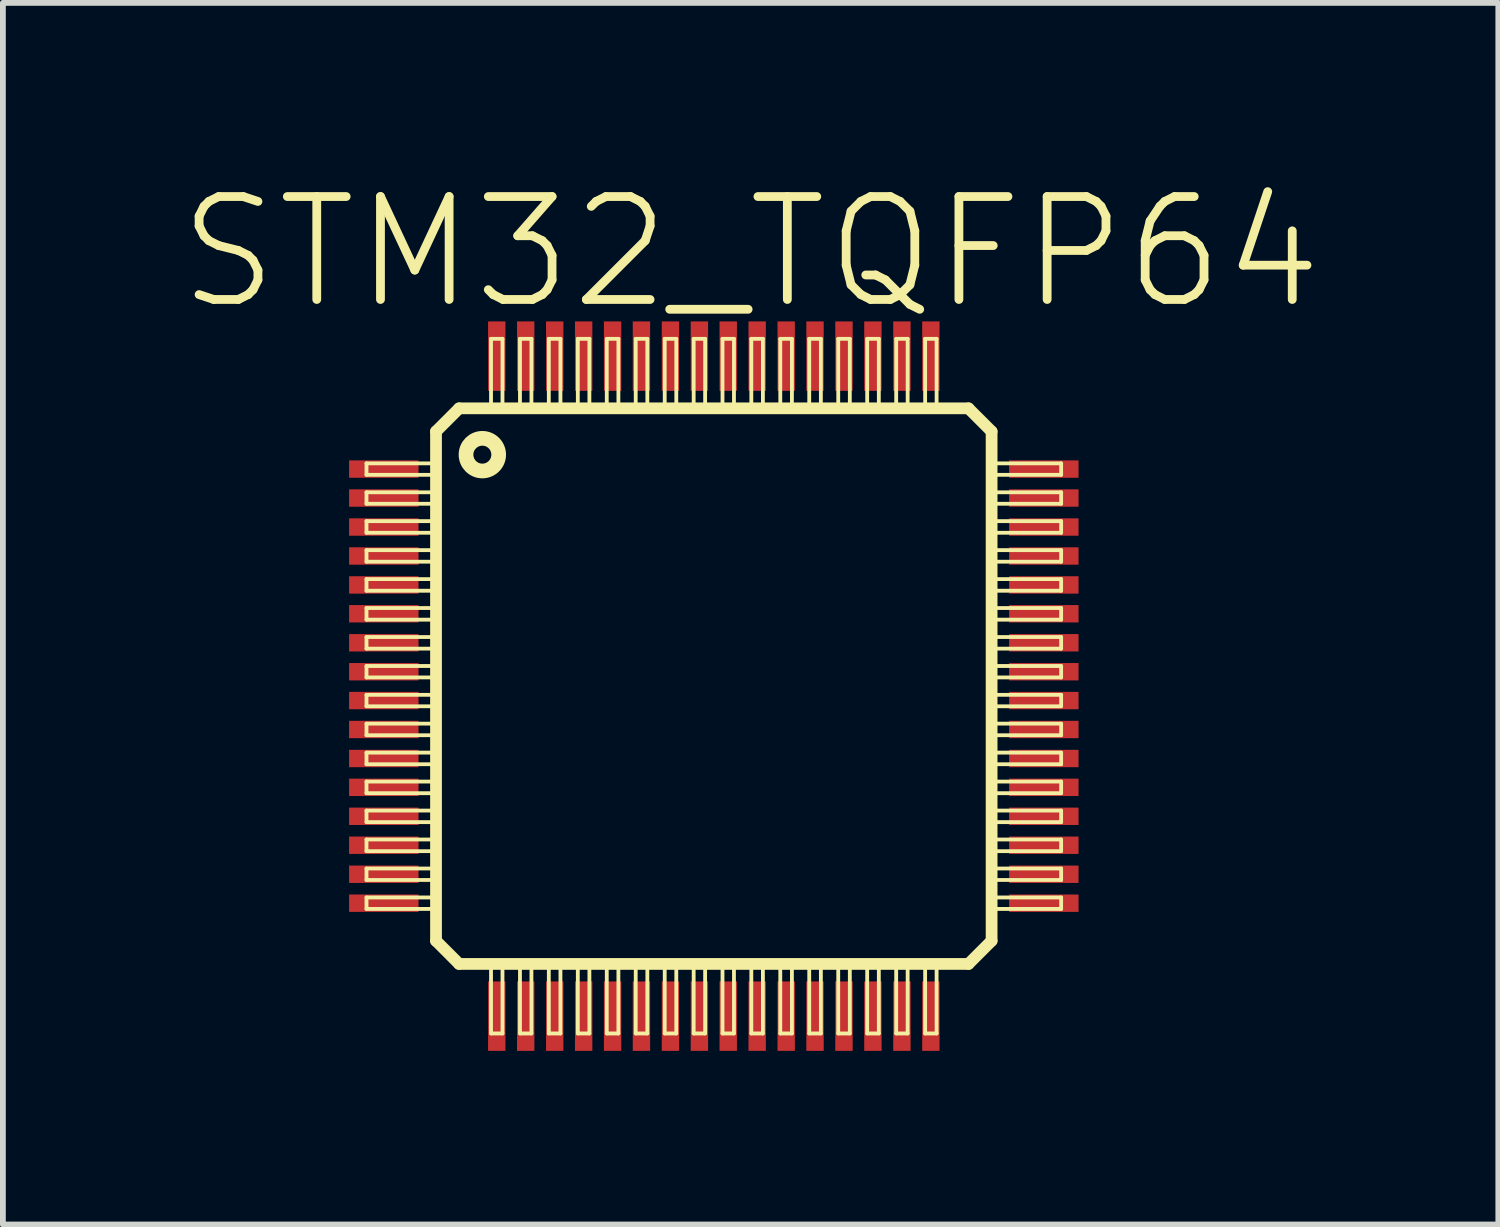
<source format=kicad_pcb>
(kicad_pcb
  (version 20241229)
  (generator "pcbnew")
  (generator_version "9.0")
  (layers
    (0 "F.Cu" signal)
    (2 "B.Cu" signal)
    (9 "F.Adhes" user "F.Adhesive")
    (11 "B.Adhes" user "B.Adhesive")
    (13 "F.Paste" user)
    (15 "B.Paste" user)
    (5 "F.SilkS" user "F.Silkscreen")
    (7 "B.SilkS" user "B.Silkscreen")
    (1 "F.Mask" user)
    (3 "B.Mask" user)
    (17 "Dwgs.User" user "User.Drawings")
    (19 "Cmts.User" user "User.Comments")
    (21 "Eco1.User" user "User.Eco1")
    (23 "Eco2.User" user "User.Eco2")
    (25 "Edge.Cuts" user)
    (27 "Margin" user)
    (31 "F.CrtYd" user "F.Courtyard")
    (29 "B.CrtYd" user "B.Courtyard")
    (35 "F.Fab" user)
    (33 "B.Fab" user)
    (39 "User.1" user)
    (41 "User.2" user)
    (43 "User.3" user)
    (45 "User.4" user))
  (footprint "STM32_TQFP64"
    (layer "F.Cu")
    (at 9.279 8.801)
    (property "Reference" "STM32_TQFP64" (at 0.635 -7.493 0) (layer "F.SilkS") (effects (font (size 1.778 1.778) (thickness 0.152))))
    (attr smd)
    (fp_line (start -5.999 -3.848) (end -4.798 -3.848) (stroke (width 0.066) (type solid)) (layer "F.SilkS"))
    (fp_line (start -5.999 -3.65) (end -5.999 -3.848) (stroke (width 0.066) (type solid)) (layer "F.SilkS"))
    (fp_line (start -5.999 -3.65) (end -4.798 -3.65) (stroke (width 0.066) (type solid)) (layer "F.SilkS"))
    (fp_line (start -5.999 -3.348) (end -4.798 -3.348) (stroke (width 0.066) (type solid)) (layer "F.SilkS"))
    (fp_line (start -5.999 -3.15) (end -5.999 -3.348) (stroke (width 0.066) (type solid)) (layer "F.SilkS"))
    (fp_line (start -5.999 -3.15) (end -4.798 -3.15) (stroke (width 0.066) (type solid)) (layer "F.SilkS"))
    (fp_line (start -5.999 -2.85) (end -4.798 -2.85) (stroke (width 0.066) (type solid)) (layer "F.SilkS"))
    (fp_line (start -5.999 -2.649) (end -5.999 -2.85) (stroke (width 0.066) (type solid)) (layer "F.SilkS"))
    (fp_line (start -5.999 -2.649) (end -4.798 -2.649) (stroke (width 0.066) (type solid)) (layer "F.SilkS"))
    (fp_line (start -5.999 -2.349) (end -4.798 -2.349) (stroke (width 0.066) (type solid)) (layer "F.SilkS"))
    (fp_line (start -5.999 -2.149) (end -5.999 -2.349) (stroke (width 0.066) (type solid)) (layer "F.SilkS"))
    (fp_line (start -5.999 -2.149) (end -4.798 -2.149) (stroke (width 0.066) (type solid)) (layer "F.SilkS"))
    (fp_line (start -5.999 -1.849) (end -4.798 -1.849) (stroke (width 0.066) (type solid)) (layer "F.SilkS"))
    (fp_line (start -5.999 -1.648) (end -5.999 -1.849) (stroke (width 0.066) (type solid)) (layer "F.SilkS"))
    (fp_line (start -5.999 -1.648) (end -4.798 -1.648) (stroke (width 0.066) (type solid)) (layer "F.SilkS"))
    (fp_line (start -5.999 -1.349) (end -4.798 -1.349) (stroke (width 0.066) (type solid)) (layer "F.SilkS"))
    (fp_line (start -5.999 -1.148) (end -5.999 -1.349) (stroke (width 0.066) (type solid)) (layer "F.SilkS"))
    (fp_line (start -5.999 -1.148) (end -4.798 -1.148) (stroke (width 0.066) (type solid)) (layer "F.SilkS"))
    (fp_line (start -5.999 -0.848) (end -4.798 -0.848) (stroke (width 0.066) (type solid)) (layer "F.SilkS"))
    (fp_line (start -5.999 -0.648) (end -5.999 -0.848) (stroke (width 0.066) (type solid)) (layer "F.SilkS"))
    (fp_line (start -5.999 -0.648) (end -4.798 -0.648) (stroke (width 0.066) (type solid)) (layer "F.SilkS"))
    (fp_line (start -5.999 -0.348) (end -4.798 -0.348) (stroke (width 0.066) (type solid)) (layer "F.SilkS"))
    (fp_line (start -5.999 -0.15) (end -5.999 -0.348) (stroke (width 0.066) (type solid)) (layer "F.SilkS"))
    (fp_line (start -5.999 -0.15) (end -4.798 -0.15) (stroke (width 0.066) (type solid)) (layer "F.SilkS"))
    (fp_line (start -5.999 0.15) (end -4.798 0.15) (stroke (width 0.066) (type solid)) (layer "F.SilkS"))
    (fp_line (start -5.999 0.348) (end -5.999 0.15) (stroke (width 0.066) (type solid)) (layer "F.SilkS"))
    (fp_line (start -5.999 0.348) (end -4.798 0.348) (stroke (width 0.066) (type solid)) (layer "F.SilkS"))
    (fp_line (start -5.999 0.648) (end -4.798 0.648) (stroke (width 0.066) (type solid)) (layer "F.SilkS"))
    (fp_line (start -5.999 0.848) (end -5.999 0.648) (stroke (width 0.066) (type solid)) (layer "F.SilkS"))
    (fp_line (start -5.999 0.848) (end -4.798 0.848) (stroke (width 0.066) (type solid)) (layer "F.SilkS"))
    (fp_line (start -5.999 1.148) (end -4.798 1.148) (stroke (width 0.066) (type solid)) (layer "F.SilkS"))
    (fp_line (start -5.999 1.349) (end -5.999 1.148) (stroke (width 0.066) (type solid)) (layer "F.SilkS"))
    (fp_line (start -5.999 1.349) (end -4.798 1.349) (stroke (width 0.066) (type solid)) (layer "F.SilkS"))
    (fp_line (start -5.999 1.648) (end -4.798 1.648) (stroke (width 0.066) (type solid)) (layer "F.SilkS"))
    (fp_line (start -5.999 1.849) (end -5.999 1.648) (stroke (width 0.066) (type solid)) (layer "F.SilkS"))
    (fp_line (start -5.999 1.849) (end -4.798 1.849) (stroke (width 0.066) (type solid)) (layer "F.SilkS"))
    (fp_line (start -5.999 2.149) (end -4.798 2.149) (stroke (width 0.066) (type solid)) (layer "F.SilkS"))
    (fp_line (start -5.999 2.349) (end -5.999 2.149) (stroke (width 0.066) (type solid)) (layer "F.SilkS"))
    (fp_line (start -5.999 2.349) (end -4.798 2.349) (stroke (width 0.066) (type solid)) (layer "F.SilkS"))
    (fp_line (start -5.999 2.649) (end -4.798 2.649) (stroke (width 0.066) (type solid)) (layer "F.SilkS"))
    (fp_line (start -5.999 2.85) (end -5.999 2.649) (stroke (width 0.066) (type solid)) (layer "F.SilkS"))
    (fp_line (start -5.999 2.85) (end -4.798 2.85) (stroke (width 0.066) (type solid)) (layer "F.SilkS"))
    (fp_line (start -5.999 3.15) (end -4.798 3.15) (stroke (width 0.066) (type solid)) (layer "F.SilkS"))
    (fp_line (start -5.999 3.348) (end -5.999 3.15) (stroke (width 0.066) (type solid)) (layer "F.SilkS"))
    (fp_line (start -5.999 3.348) (end -4.798 3.348) (stroke (width 0.066) (type solid)) (layer "F.SilkS"))
    (fp_line (start -5.999 3.65) (end -4.798 3.65) (stroke (width 0.066) (type solid)) (layer "F.SilkS"))
    (fp_line (start -5.999 3.848) (end -5.999 3.65) (stroke (width 0.066) (type solid)) (layer "F.SilkS"))
    (fp_line (start -5.999 3.848) (end -4.798 3.848) (stroke (width 0.066) (type solid)) (layer "F.SilkS"))
    (fp_line (start -4.798 -4.399) (end -4.399 -4.798) (stroke (width 0.203) (type solid)) (layer "F.SilkS"))
    (fp_line (start -4.798 -3.65) (end -4.798 -3.848) (stroke (width 0.066) (type solid)) (layer "F.SilkS"))
    (fp_line (start -4.798 -3.15) (end -4.798 -3.348) (stroke (width 0.066) (type solid)) (layer "F.SilkS"))
    (fp_line (start -4.798 -2.649) (end -4.798 -2.85) (stroke (width 0.066) (type solid)) (layer "F.SilkS"))
    (fp_line (start -4.798 -2.149) (end -4.798 -2.349) (stroke (width 0.066) (type solid)) (layer "F.SilkS"))
    (fp_line (start -4.798 -1.648) (end -4.798 -1.849) (stroke (width 0.066) (type solid)) (layer "F.SilkS"))
    (fp_line (start -4.798 -1.148) (end -4.798 -1.349) (stroke (width 0.066) (type solid)) (layer "F.SilkS"))
    (fp_line (start -4.798 -0.648) (end -4.798 -0.848) (stroke (width 0.066) (type solid)) (layer "F.SilkS"))
    (fp_line (start -4.798 -0.15) (end -4.798 -0.348) (stroke (width 0.066) (type solid)) (layer "F.SilkS"))
    (fp_line (start -4.798 0.348) (end -4.798 0.15) (stroke (width 0.066) (type solid)) (layer "F.SilkS"))
    (fp_line (start -4.798 0.848) (end -4.798 0.648) (stroke (width 0.066) (type solid)) (layer "F.SilkS"))
    (fp_line (start -4.798 1.349) (end -4.798 1.148) (stroke (width 0.066) (type solid)) (layer "F.SilkS"))
    (fp_line (start -4.798 1.849) (end -4.798 1.648) (stroke (width 0.066) (type solid)) (layer "F.SilkS"))
    (fp_line (start -4.798 2.349) (end -4.798 2.149) (stroke (width 0.066) (type solid)) (layer "F.SilkS"))
    (fp_line (start -4.798 2.85) (end -4.798 2.649) (stroke (width 0.066) (type solid)) (layer "F.SilkS"))
    (fp_line (start -4.798 3.348) (end -4.798 3.15) (stroke (width 0.066) (type solid)) (layer "F.SilkS"))
    (fp_line (start -4.798 3.848) (end -4.798 3.65) (stroke (width 0.066) (type solid)) (layer "F.SilkS"))
    (fp_line (start -4.798 4.399) (end -4.798 -4.399) (stroke (width 0.203) (type solid)) (layer "F.SilkS"))
    (fp_line (start -4.399 -4.798) (end 4.399 -4.798) (stroke (width 0.203) (type solid)) (layer "F.SilkS"))
    (fp_line (start -4.399 4.798) (end -4.798 4.399) (stroke (width 0.203) (type solid)) (layer "F.SilkS"))
    (fp_line (start -3.848 -5.999) (end -3.65 -5.999) (stroke (width 0.066) (type solid)) (layer "F.SilkS"))
    (fp_line (start -3.848 -4.798) (end -3.848 -5.999) (stroke (width 0.066) (type solid)) (layer "F.SilkS"))
    (fp_line (start -3.848 -4.798) (end -3.65 -4.798) (stroke (width 0.066) (type solid)) (layer "F.SilkS"))
    (fp_line (start -3.848 4.798) (end -3.65 4.798) (stroke (width 0.066) (type solid)) (layer "F.SilkS"))
    (fp_line (start -3.848 5.999) (end -3.848 4.798) (stroke (width 0.066) (type solid)) (layer "F.SilkS"))
    (fp_line (start -3.848 5.999) (end -3.65 5.999) (stroke (width 0.066) (type solid)) (layer "F.SilkS"))
    (fp_line (start -3.65 -4.798) (end -3.65 -5.999) (stroke (width 0.066) (type solid)) (layer "F.SilkS"))
    (fp_line (start -3.65 5.999) (end -3.65 4.798) (stroke (width 0.066) (type solid)) (layer "F.SilkS"))
    (fp_line (start -3.348 -5.999) (end -3.15 -5.999) (stroke (width 0.066) (type solid)) (layer "F.SilkS"))
    (fp_line (start -3.348 -4.798) (end -3.348 -5.999) (stroke (width 0.066) (type solid)) (layer "F.SilkS"))
    (fp_line (start -3.348 -4.798) (end -3.15 -4.798) (stroke (width 0.066) (type solid)) (layer "F.SilkS"))
    (fp_line (start -3.348 4.798) (end -3.15 4.798) (stroke (width 0.066) (type solid)) (layer "F.SilkS"))
    (fp_line (start -3.348 5.999) (end -3.348 4.798) (stroke (width 0.066) (type solid)) (layer "F.SilkS"))
    (fp_line (start -3.348 5.999) (end -3.15 5.999) (stroke (width 0.066) (type solid)) (layer "F.SilkS"))
    (fp_line (start -3.15 -4.798) (end -3.15 -5.999) (stroke (width 0.066) (type solid)) (layer "F.SilkS"))
    (fp_line (start -3.15 5.999) (end -3.15 4.798) (stroke (width 0.066) (type solid)) (layer "F.SilkS"))
    (fp_line (start -2.85 -5.999) (end -2.649 -5.999) (stroke (width 0.066) (type solid)) (layer "F.SilkS"))
    (fp_line (start -2.85 -4.798) (end -2.85 -5.999) (stroke (width 0.066) (type solid)) (layer "F.SilkS"))
    (fp_line (start -2.85 -4.798) (end -2.649 -4.798) (stroke (width 0.066) (type solid)) (layer "F.SilkS"))
    (fp_line (start -2.85 4.798) (end -2.649 4.798) (stroke (width 0.066) (type solid)) (layer "F.SilkS"))
    (fp_line (start -2.85 5.999) (end -2.85 4.798) (stroke (width 0.066) (type solid)) (layer "F.SilkS"))
    (fp_line (start -2.85 5.999) (end -2.649 5.999) (stroke (width 0.066) (type solid)) (layer "F.SilkS"))
    (fp_line (start -2.649 -4.798) (end -2.649 -5.999) (stroke (width 0.066) (type solid)) (layer "F.SilkS"))
    (fp_line (start -2.649 5.999) (end -2.649 4.798) (stroke (width 0.066) (type solid)) (layer "F.SilkS"))
    (fp_line (start -2.349 -5.999) (end -2.149 -5.999) (stroke (width 0.066) (type solid)) (layer "F.SilkS"))
    (fp_line (start -2.349 -4.798) (end -2.349 -5.999) (stroke (width 0.066) (type solid)) (layer "F.SilkS"))
    (fp_line (start -2.349 -4.798) (end -2.149 -4.798) (stroke (width 0.066) (type solid)) (layer "F.SilkS"))
    (fp_line (start -2.349 4.798) (end -2.149 4.798) (stroke (width 0.066) (type solid)) (layer "F.SilkS"))
    (fp_line (start -2.349 5.999) (end -2.349 4.798) (stroke (width 0.066) (type solid)) (layer "F.SilkS"))
    (fp_line (start -2.349 5.999) (end -2.149 5.999) (stroke (width 0.066) (type solid)) (layer "F.SilkS"))
    (fp_line (start -2.149 -4.798) (end -2.149 -5.999) (stroke (width 0.066) (type solid)) (layer "F.SilkS"))
    (fp_line (start -2.149 5.999) (end -2.149 4.798) (stroke (width 0.066) (type solid)) (layer "F.SilkS"))
    (fp_line (start -1.849 -5.999) (end -1.648 -5.999) (stroke (width 0.066) (type solid)) (layer "F.SilkS"))
    (fp_line (start -1.849 -4.798) (end -1.849 -5.999) (stroke (width 0.066) (type solid)) (layer "F.SilkS"))
    (fp_line (start -1.849 -4.798) (end -1.648 -4.798) (stroke (width 0.066) (type solid)) (layer "F.SilkS"))
    (fp_line (start -1.849 4.798) (end -1.648 4.798) (stroke (width 0.066) (type solid)) (layer "F.SilkS"))
    (fp_line (start -1.849 5.999) (end -1.849 4.798) (stroke (width 0.066) (type solid)) (layer "F.SilkS"))
    (fp_line (start -1.849 5.999) (end -1.648 5.999) (stroke (width 0.066) (type solid)) (layer "F.SilkS"))
    (fp_line (start -1.648 -4.798) (end -1.648 -5.999) (stroke (width 0.066) (type solid)) (layer "F.SilkS"))
    (fp_line (start -1.648 5.999) (end -1.648 4.798) (stroke (width 0.066) (type solid)) (layer "F.SilkS"))
    (fp_line (start -1.349 -5.999) (end -1.148 -5.999) (stroke (width 0.066) (type solid)) (layer "F.SilkS"))
    (fp_line (start -1.349 -4.798) (end -1.349 -5.999) (stroke (width 0.066) (type solid)) (layer "F.SilkS"))
    (fp_line (start -1.349 -4.798) (end -1.148 -4.798) (stroke (width 0.066) (type solid)) (layer "F.SilkS"))
    (fp_line (start -1.349 4.798) (end -1.148 4.798) (stroke (width 0.066) (type solid)) (layer "F.SilkS"))
    (fp_line (start -1.349 5.999) (end -1.349 4.798) (stroke (width 0.066) (type solid)) (layer "F.SilkS"))
    (fp_line (start -1.349 5.999) (end -1.148 5.999) (stroke (width 0.066) (type solid)) (layer "F.SilkS"))
    (fp_line (start -1.148 -4.798) (end -1.148 -5.999) (stroke (width 0.066) (type solid)) (layer "F.SilkS"))
    (fp_line (start -1.148 5.999) (end -1.148 4.798) (stroke (width 0.066) (type solid)) (layer "F.SilkS"))
    (fp_line (start -0.848 -5.999) (end -0.648 -5.999) (stroke (width 0.066) (type solid)) (layer "F.SilkS"))
    (fp_line (start -0.848 -4.798) (end -0.848 -5.999) (stroke (width 0.066) (type solid)) (layer "F.SilkS"))
    (fp_line (start -0.848 -4.798) (end -0.648 -4.798) (stroke (width 0.066) (type solid)) (layer "F.SilkS"))
    (fp_line (start -0.848 4.798) (end -0.648 4.798) (stroke (width 0.066) (type solid)) (layer "F.SilkS"))
    (fp_line (start -0.848 5.999) (end -0.848 4.798) (stroke (width 0.066) (type solid)) (layer "F.SilkS"))
    (fp_line (start -0.848 5.999) (end -0.648 5.999) (stroke (width 0.066) (type solid)) (layer "F.SilkS"))
    (fp_line (start -0.648 -4.798) (end -0.648 -5.999) (stroke (width 0.066) (type solid)) (layer "F.SilkS"))
    (fp_line (start -0.648 5.999) (end -0.648 4.798) (stroke (width 0.066) (type solid)) (layer "F.SilkS"))
    (fp_line (start -0.348 -5.999) (end -0.15 -5.999) (stroke (width 0.066) (type solid)) (layer "F.SilkS"))
    (fp_line (start -0.348 -4.798) (end -0.348 -5.999) (stroke (width 0.066) (type solid)) (layer "F.SilkS"))
    (fp_line (start -0.348 -4.798) (end -0.15 -4.798) (stroke (width 0.066) (type solid)) (layer "F.SilkS"))
    (fp_line (start -0.348 4.798) (end -0.15 4.798) (stroke (width 0.066) (type solid)) (layer "F.SilkS"))
    (fp_line (start -0.348 5.999) (end -0.348 4.798) (stroke (width 0.066) (type solid)) (layer "F.SilkS"))
    (fp_line (start -0.348 5.999) (end -0.15 5.999) (stroke (width 0.066) (type solid)) (layer "F.SilkS"))
    (fp_line (start -0.15 -4.798) (end -0.15 -5.999) (stroke (width 0.066) (type solid)) (layer "F.SilkS"))
    (fp_line (start -0.15 5.999) (end -0.15 4.798) (stroke (width 0.066) (type solid)) (layer "F.SilkS"))
    (fp_line (start 0.15 -5.999) (end 0.348 -5.999) (stroke (width 0.066) (type solid)) (layer "F.SilkS"))
    (fp_line (start 0.15 -4.798) (end 0.15 -5.999) (stroke (width 0.066) (type solid)) (layer "F.SilkS"))
    (fp_line (start 0.15 -4.798) (end 0.348 -4.798) (stroke (width 0.066) (type solid)) (layer "F.SilkS"))
    (fp_line (start 0.15 4.798) (end 0.348 4.798) (stroke (width 0.066) (type solid)) (layer "F.SilkS"))
    (fp_line (start 0.15 5.999) (end 0.15 4.798) (stroke (width 0.066) (type solid)) (layer "F.SilkS"))
    (fp_line (start 0.15 5.999) (end 0.348 5.999) (stroke (width 0.066) (type solid)) (layer "F.SilkS"))
    (fp_line (start 0.348 -4.798) (end 0.348 -5.999) (stroke (width 0.066) (type solid)) (layer "F.SilkS"))
    (fp_line (start 0.348 5.999) (end 0.348 4.798) (stroke (width 0.066) (type solid)) (layer "F.SilkS"))
    (fp_line (start 0.648 -5.999) (end 0.848 -5.999) (stroke (width 0.066) (type solid)) (layer "F.SilkS"))
    (fp_line (start 0.648 -4.798) (end 0.648 -5.999) (stroke (width 0.066) (type solid)) (layer "F.SilkS"))
    (fp_line (start 0.648 -4.798) (end 0.848 -4.798) (stroke (width 0.066) (type solid)) (layer "F.SilkS"))
    (fp_line (start 0.648 4.798) (end 0.848 4.798) (stroke (width 0.066) (type solid)) (layer "F.SilkS"))
    (fp_line (start 0.648 5.999) (end 0.648 4.798) (stroke (width 0.066) (type solid)) (layer "F.SilkS"))
    (fp_line (start 0.648 5.999) (end 0.848 5.999) (stroke (width 0.066) (type solid)) (layer "F.SilkS"))
    (fp_line (start 0.848 -4.798) (end 0.848 -5.999) (stroke (width 0.066) (type solid)) (layer "F.SilkS"))
    (fp_line (start 0.848 5.999) (end 0.848 4.798) (stroke (width 0.066) (type solid)) (layer "F.SilkS"))
    (fp_line (start 1.148 -5.999) (end 1.349 -5.999) (stroke (width 0.066) (type solid)) (layer "F.SilkS"))
    (fp_line (start 1.148 -4.798) (end 1.148 -5.999) (stroke (width 0.066) (type solid)) (layer "F.SilkS"))
    (fp_line (start 1.148 -4.798) (end 1.349 -4.798) (stroke (width 0.066) (type solid)) (layer "F.SilkS"))
    (fp_line (start 1.148 4.798) (end 1.349 4.798) (stroke (width 0.066) (type solid)) (layer "F.SilkS"))
    (fp_line (start 1.148 5.999) (end 1.148 4.798) (stroke (width 0.066) (type solid)) (layer "F.SilkS"))
    (fp_line (start 1.148 5.999) (end 1.349 5.999) (stroke (width 0.066) (type solid)) (layer "F.SilkS"))
    (fp_line (start 1.349 -4.798) (end 1.349 -5.999) (stroke (width 0.066) (type solid)) (layer "F.SilkS"))
    (fp_line (start 1.349 5.999) (end 1.349 4.798) (stroke (width 0.066) (type solid)) (layer "F.SilkS"))
    (fp_line (start 1.648 -5.999) (end 1.849 -5.999) (stroke (width 0.066) (type solid)) (layer "F.SilkS"))
    (fp_line (start 1.648 -4.798) (end 1.648 -5.999) (stroke (width 0.066) (type solid)) (layer "F.SilkS"))
    (fp_line (start 1.648 -4.798) (end 1.849 -4.798) (stroke (width 0.066) (type solid)) (layer "F.SilkS"))
    (fp_line (start 1.648 4.798) (end 1.849 4.798) (stroke (width 0.066) (type solid)) (layer "F.SilkS"))
    (fp_line (start 1.648 5.999) (end 1.648 4.798) (stroke (width 0.066) (type solid)) (layer "F.SilkS"))
    (fp_line (start 1.648 5.999) (end 1.849 5.999) (stroke (width 0.066) (type solid)) (layer "F.SilkS"))
    (fp_line (start 1.849 -4.798) (end 1.849 -5.999) (stroke (width 0.066) (type solid)) (layer "F.SilkS"))
    (fp_line (start 1.849 5.999) (end 1.849 4.798) (stroke (width 0.066) (type solid)) (layer "F.SilkS"))
    (fp_line (start 2.149 -5.999) (end 2.349 -5.999) (stroke (width 0.066) (type solid)) (layer "F.SilkS"))
    (fp_line (start 2.149 -4.798) (end 2.149 -5.999) (stroke (width 0.066) (type solid)) (layer "F.SilkS"))
    (fp_line (start 2.149 -4.798) (end 2.349 -4.798) (stroke (width 0.066) (type solid)) (layer "F.SilkS"))
    (fp_line (start 2.149 4.798) (end 2.349 4.798) (stroke (width 0.066) (type solid)) (layer "F.SilkS"))
    (fp_line (start 2.149 5.999) (end 2.149 4.798) (stroke (width 0.066) (type solid)) (layer "F.SilkS"))
    (fp_line (start 2.149 5.999) (end 2.349 5.999) (stroke (width 0.066) (type solid)) (layer "F.SilkS"))
    (fp_line (start 2.349 -4.798) (end 2.349 -5.999) (stroke (width 0.066) (type solid)) (layer "F.SilkS"))
    (fp_line (start 2.349 5.999) (end 2.349 4.798) (stroke (width 0.066) (type solid)) (layer "F.SilkS"))
    (fp_line (start 2.649 -5.999) (end 2.85 -5.999) (stroke (width 0.066) (type solid)) (layer "F.SilkS"))
    (fp_line (start 2.649 -4.798) (end 2.649 -5.999) (stroke (width 0.066) (type solid)) (layer "F.SilkS"))
    (fp_line (start 2.649 -4.798) (end 2.85 -4.798) (stroke (width 0.066) (type solid)) (layer "F.SilkS"))
    (fp_line (start 2.649 4.798) (end 2.85 4.798) (stroke (width 0.066) (type solid)) (layer "F.SilkS"))
    (fp_line (start 2.649 5.999) (end 2.649 4.798) (stroke (width 0.066) (type solid)) (layer "F.SilkS"))
    (fp_line (start 2.649 5.999) (end 2.85 5.999) (stroke (width 0.066) (type solid)) (layer "F.SilkS"))
    (fp_line (start 2.85 -4.798) (end 2.85 -5.999) (stroke (width 0.066) (type solid)) (layer "F.SilkS"))
    (fp_line (start 2.85 5.999) (end 2.85 4.798) (stroke (width 0.066) (type solid)) (layer "F.SilkS"))
    (fp_line (start 3.15 -5.999) (end 3.348 -5.999) (stroke (width 0.066) (type solid)) (layer "F.SilkS"))
    (fp_line (start 3.15 -4.798) (end 3.15 -5.999) (stroke (width 0.066) (type solid)) (layer "F.SilkS"))
    (fp_line (start 3.15 -4.798) (end 3.348 -4.798) (stroke (width 0.066) (type solid)) (layer "F.SilkS"))
    (fp_line (start 3.15 4.798) (end 3.348 4.798) (stroke (width 0.066) (type solid)) (layer "F.SilkS"))
    (fp_line (start 3.15 5.999) (end 3.15 4.798) (stroke (width 0.066) (type solid)) (layer "F.SilkS"))
    (fp_line (start 3.15 5.999) (end 3.348 5.999) (stroke (width 0.066) (type solid)) (layer "F.SilkS"))
    (fp_line (start 3.348 -4.798) (end 3.348 -5.999) (stroke (width 0.066) (type solid)) (layer "F.SilkS"))
    (fp_line (start 3.348 5.999) (end 3.348 4.798) (stroke (width 0.066) (type solid)) (layer "F.SilkS"))
    (fp_line (start 3.65 -5.999) (end 3.848 -5.999) (stroke (width 0.066) (type solid)) (layer "F.SilkS"))
    (fp_line (start 3.65 -4.798) (end 3.65 -5.999) (stroke (width 0.066) (type solid)) (layer "F.SilkS"))
    (fp_line (start 3.65 -4.798) (end 3.848 -4.798) (stroke (width 0.066) (type solid)) (layer "F.SilkS"))
    (fp_line (start 3.65 4.798) (end 3.848 4.798) (stroke (width 0.066) (type solid)) (layer "F.SilkS"))
    (fp_line (start 3.65 5.999) (end 3.65 4.798) (stroke (width 0.066) (type solid)) (layer "F.SilkS"))
    (fp_line (start 3.65 5.999) (end 3.848 5.999) (stroke (width 0.066) (type solid)) (layer "F.SilkS"))
    (fp_line (start 3.848 -4.798) (end 3.848 -5.999) (stroke (width 0.066) (type solid)) (layer "F.SilkS"))
    (fp_line (start 3.848 5.999) (end 3.848 4.798) (stroke (width 0.066) (type solid)) (layer "F.SilkS"))
    (fp_line (start 4.399 -4.798) (end 4.798 -4.399) (stroke (width 0.203) (type solid)) (layer "F.SilkS"))
    (fp_line (start 4.399 4.798) (end -4.399 4.798) (stroke (width 0.203) (type solid)) (layer "F.SilkS"))
    (fp_line (start 4.798 -4.399) (end 4.798 4.399) (stroke (width 0.203) (type solid)) (layer "F.SilkS"))
    (fp_line (start 4.798 -3.848) (end 5.999 -3.848) (stroke (width 0.066) (type solid)) (layer "F.SilkS"))
    (fp_line (start 4.798 -3.65) (end 4.798 -3.848) (stroke (width 0.066) (type solid)) (layer "F.SilkS"))
    (fp_line (start 4.798 -3.65) (end 5.999 -3.65) (stroke (width 0.066) (type solid)) (layer "F.SilkS"))
    (fp_line (start 4.798 -3.348) (end 5.999 -3.348) (stroke (width 0.066) (type solid)) (layer "F.SilkS"))
    (fp_line (start 4.798 -3.15) (end 4.798 -3.348) (stroke (width 0.066) (type solid)) (layer "F.SilkS"))
    (fp_line (start 4.798 -3.15) (end 5.999 -3.15) (stroke (width 0.066) (type solid)) (layer "F.SilkS"))
    (fp_line (start 4.798 -2.85) (end 5.999 -2.85) (stroke (width 0.066) (type solid)) (layer "F.SilkS"))
    (fp_line (start 4.798 -2.649) (end 4.798 -2.85) (stroke (width 0.066) (type solid)) (layer "F.SilkS"))
    (fp_line (start 4.798 -2.649) (end 5.999 -2.649) (stroke (width 0.066) (type solid)) (layer "F.SilkS"))
    (fp_line (start 4.798 -2.349) (end 5.999 -2.349) (stroke (width 0.066) (type solid)) (layer "F.SilkS"))
    (fp_line (start 4.798 -2.149) (end 4.798 -2.349) (stroke (width 0.066) (type solid)) (layer "F.SilkS"))
    (fp_line (start 4.798 -2.149) (end 5.999 -2.149) (stroke (width 0.066) (type solid)) (layer "F.SilkS"))
    (fp_line (start 4.798 -1.849) (end 5.999 -1.849) (stroke (width 0.066) (type solid)) (layer "F.SilkS"))
    (fp_line (start 4.798 -1.648) (end 4.798 -1.849) (stroke (width 0.066) (type solid)) (layer "F.SilkS"))
    (fp_line (start 4.798 -1.648) (end 5.999 -1.648) (stroke (width 0.066) (type solid)) (layer "F.SilkS"))
    (fp_line (start 4.798 -1.349) (end 5.999 -1.349) (stroke (width 0.066) (type solid)) (layer "F.SilkS"))
    (fp_line (start 4.798 -1.148) (end 4.798 -1.349) (stroke (width 0.066) (type solid)) (layer "F.SilkS"))
    (fp_line (start 4.798 -1.148) (end 5.999 -1.148) (stroke (width 0.066) (type solid)) (layer "F.SilkS"))
    (fp_line (start 4.798 -0.848) (end 5.999 -0.848) (stroke (width 0.066) (type solid)) (layer "F.SilkS"))
    (fp_line (start 4.798 -0.648) (end 4.798 -0.848) (stroke (width 0.066) (type solid)) (layer "F.SilkS"))
    (fp_line (start 4.798 -0.648) (end 5.999 -0.648) (stroke (width 0.066) (type solid)) (layer "F.SilkS"))
    (fp_line (start 4.798 -0.348) (end 5.999 -0.348) (stroke (width 0.066) (type solid)) (layer "F.SilkS"))
    (fp_line (start 4.798 -0.15) (end 4.798 -0.348) (stroke (width 0.066) (type solid)) (layer "F.SilkS"))
    (fp_line (start 4.798 -0.15) (end 5.999 -0.15) (stroke (width 0.066) (type solid)) (layer "F.SilkS"))
    (fp_line (start 4.798 0.15) (end 5.999 0.15) (stroke (width 0.066) (type solid)) (layer "F.SilkS"))
    (fp_line (start 4.798 0.348) (end 4.798 0.15) (stroke (width 0.066) (type solid)) (layer "F.SilkS"))
    (fp_line (start 4.798 0.348) (end 5.999 0.348) (stroke (width 0.066) (type solid)) (layer "F.SilkS"))
    (fp_line (start 4.798 0.648) (end 5.999 0.648) (stroke (width 0.066) (type solid)) (layer "F.SilkS"))
    (fp_line (start 4.798 0.848) (end 4.798 0.648) (stroke (width 0.066) (type solid)) (layer "F.SilkS"))
    (fp_line (start 4.798 0.848) (end 5.999 0.848) (stroke (width 0.066) (type solid)) (layer "F.SilkS"))
    (fp_line (start 4.798 1.148) (end 5.999 1.148) (stroke (width 0.066) (type solid)) (layer "F.SilkS"))
    (fp_line (start 4.798 1.349) (end 4.798 1.148) (stroke (width 0.066) (type solid)) (layer "F.SilkS"))
    (fp_line (start 4.798 1.349) (end 5.999 1.349) (stroke (width 0.066) (type solid)) (layer "F.SilkS"))
    (fp_line (start 4.798 1.648) (end 5.999 1.648) (stroke (width 0.066) (type solid)) (layer "F.SilkS"))
    (fp_line (start 4.798 1.849) (end 4.798 1.648) (stroke (width 0.066) (type solid)) (layer "F.SilkS"))
    (fp_line (start 4.798 1.849) (end 5.999 1.849) (stroke (width 0.066) (type solid)) (layer "F.SilkS"))
    (fp_line (start 4.798 2.149) (end 5.999 2.149) (stroke (width 0.066) (type solid)) (layer "F.SilkS"))
    (fp_line (start 4.798 2.349) (end 4.798 2.149) (stroke (width 0.066) (type solid)) (layer "F.SilkS"))
    (fp_line (start 4.798 2.349) (end 5.999 2.349) (stroke (width 0.066) (type solid)) (layer "F.SilkS"))
    (fp_line (start 4.798 2.649) (end 5.999 2.649) (stroke (width 0.066) (type solid)) (layer "F.SilkS"))
    (fp_line (start 4.798 2.85) (end 4.798 2.649) (stroke (width 0.066) (type solid)) (layer "F.SilkS"))
    (fp_line (start 4.798 2.85) (end 5.999 2.85) (stroke (width 0.066) (type solid)) (layer "F.SilkS"))
    (fp_line (start 4.798 3.15) (end 5.999 3.15) (stroke (width 0.066) (type solid)) (layer "F.SilkS"))
    (fp_line (start 4.798 3.348) (end 4.798 3.15) (stroke (width 0.066) (type solid)) (layer "F.SilkS"))
    (fp_line (start 4.798 3.348) (end 5.999 3.348) (stroke (width 0.066) (type solid)) (layer "F.SilkS"))
    (fp_line (start 4.798 3.65) (end 5.999 3.65) (stroke (width 0.066) (type solid)) (layer "F.SilkS"))
    (fp_line (start 4.798 3.848) (end 4.798 3.65) (stroke (width 0.066) (type solid)) (layer "F.SilkS"))
    (fp_line (start 4.798 3.848) (end 5.999 3.848) (stroke (width 0.066) (type solid)) (layer "F.SilkS"))
    (fp_line (start 4.798 4.399) (end 4.399 4.798) (stroke (width 0.203) (type solid)) (layer "F.SilkS"))
    (fp_line (start 5.999 -3.65) (end 5.999 -3.848) (stroke (width 0.066) (type solid)) (layer "F.SilkS"))
    (fp_line (start 5.999 -3.15) (end 5.999 -3.348) (stroke (width 0.066) (type solid)) (layer "F.SilkS"))
    (fp_line (start 5.999 -2.649) (end 5.999 -2.85) (stroke (width 0.066) (type solid)) (layer "F.SilkS"))
    (fp_line (start 5.999 -2.149) (end 5.999 -2.349) (stroke (width 0.066) (type solid)) (layer "F.SilkS"))
    (fp_line (start 5.999 -1.648) (end 5.999 -1.849) (stroke (width 0.066) (type solid)) (layer "F.SilkS"))
    (fp_line (start 5.999 -1.148) (end 5.999 -1.349) (stroke (width 0.066) (type solid)) (layer "F.SilkS"))
    (fp_line (start 5.999 -0.648) (end 5.999 -0.848) (stroke (width 0.066) (type solid)) (layer "F.SilkS"))
    (fp_line (start 5.999 -0.15) (end 5.999 -0.348) (stroke (width 0.066) (type solid)) (layer "F.SilkS"))
    (fp_line (start 5.999 0.348) (end 5.999 0.15) (stroke (width 0.066) (type solid)) (layer "F.SilkS"))
    (fp_line (start 5.999 0.848) (end 5.999 0.648) (stroke (width 0.066) (type solid)) (layer "F.SilkS"))
    (fp_line (start 5.999 1.349) (end 5.999 1.148) (stroke (width 0.066) (type solid)) (layer "F.SilkS"))
    (fp_line (start 5.999 1.849) (end 5.999 1.648) (stroke (width 0.066) (type solid)) (layer "F.SilkS"))
    (fp_line (start 5.999 2.349) (end 5.999 2.149) (stroke (width 0.066) (type solid)) (layer "F.SilkS"))
    (fp_line (start 5.999 2.85) (end 5.999 2.649) (stroke (width 0.066) (type solid)) (layer "F.SilkS"))
    (fp_line (start 5.999 3.348) (end 5.999 3.15) (stroke (width 0.066) (type solid)) (layer "F.SilkS"))
    (fp_line (start 5.999 3.848) (end 5.999 3.65) (stroke (width 0.066) (type solid)) (layer "F.SilkS"))
    (fp_circle (center -3.998 -3.998) (end -3.998 -4.28) (stroke (width 0.254) (type solid)) (fill no) (layer "F.SilkS"))
    (pad "1" smd rect (at -5.7 -3.749) (size 1.199 0.3) (layers "F.Cu" "F.Mask" "F.Paste"))
    (pad "2" smd rect (at -5.7 -3.249) (size 1.199 0.3) (layers "F.Cu" "F.Mask" "F.Paste"))
    (pad "3" smd rect (at -5.7 -2.748) (size 1.199 0.3) (layers "F.Cu" "F.Mask" "F.Paste"))
    (pad "4" smd rect (at -5.7 -2.248) (size 1.199 0.3) (layers "F.Cu" "F.Mask" "F.Paste"))
    (pad "5" smd rect (at -5.7 -1.748) (size 1.199 0.3) (layers "F.Cu" "F.Mask" "F.Paste"))
    (pad "6" smd rect (at -5.7 -1.25) (size 1.199 0.3) (layers "F.Cu" "F.Mask" "F.Paste"))
    (pad "7" smd rect (at -5.7 -0.749) (size 1.199 0.3) (layers "F.Cu" "F.Mask" "F.Paste"))
    (pad "8" smd rect (at -5.7 -0.249) (size 1.199 0.3) (layers "F.Cu" "F.Mask" "F.Paste"))
    (pad "9" smd rect (at -5.7 0.249) (size 1.199 0.3) (layers "F.Cu" "F.Mask" "F.Paste"))
    (pad "10" smd rect (at -5.7 0.749) (size 1.199 0.3) (layers "F.Cu" "F.Mask" "F.Paste"))
    (pad "11" smd rect (at -5.7 1.25) (size 1.199 0.3) (layers "F.Cu" "F.Mask" "F.Paste"))
    (pad "12" smd rect (at -5.7 1.748) (size 1.199 0.3) (layers "F.Cu" "F.Mask" "F.Paste"))
    (pad "13" smd rect (at -5.7 2.248) (size 1.199 0.3) (layers "F.Cu" "F.Mask" "F.Paste"))
    (pad "14" smd rect (at -5.7 2.748) (size 1.199 0.3) (layers "F.Cu" "F.Mask" "F.Paste"))
    (pad "15" smd rect (at -5.7 3.249) (size 1.199 0.3) (layers "F.Cu" "F.Mask" "F.Paste"))
    (pad "16" smd rect (at -5.7 3.749) (size 1.199 0.3) (layers "F.Cu" "F.Mask" "F.Paste"))
    (pad "17" smd rect (at -3.749 5.7) (size 0.3 1.199) (layers "F.Cu" "F.Mask" "F.Paste"))
    (pad "18" smd rect (at -3.249 5.7) (size 0.3 1.199) (layers "F.Cu" "F.Mask" "F.Paste"))
    (pad "19" smd rect (at -2.748 5.7) (size 0.3 1.199) (layers "F.Cu" "F.Mask" "F.Paste"))
    (pad "20" smd rect (at -2.248 5.7) (size 0.3 1.199) (layers "F.Cu" "F.Mask" "F.Paste"))
    (pad "21" smd rect (at -1.748 5.7) (size 0.3 1.199) (layers "F.Cu" "F.Mask" "F.Paste"))
    (pad "22" smd rect (at -1.25 5.7) (size 0.3 1.199) (layers "F.Cu" "F.Mask" "F.Paste"))
    (pad "23" smd rect (at -0.749 5.7) (size 0.3 1.199) (layers "F.Cu" "F.Mask" "F.Paste"))
    (pad "24" smd rect (at -0.249 5.7) (size 0.3 1.199) (layers "F.Cu" "F.Mask" "F.Paste"))
    (pad "25" smd rect (at 0.249 5.7) (size 0.3 1.199) (layers "F.Cu" "F.Mask" "F.Paste"))
    (pad "26" smd rect (at 0.749 5.7) (size 0.3 1.199) (layers "F.Cu" "F.Mask" "F.Paste"))
    (pad "27" smd rect (at 1.25 5.7) (size 0.3 1.199) (layers "F.Cu" "F.Mask" "F.Paste"))
    (pad "28" smd rect (at 1.748 5.7) (size 0.3 1.199) (layers "F.Cu" "F.Mask" "F.Paste"))
    (pad "29" smd rect (at 2.248 5.7) (size 0.3 1.199) (layers "F.Cu" "F.Mask" "F.Paste"))
    (pad "30" smd rect (at 2.748 5.7) (size 0.3 1.199) (layers "F.Cu" "F.Mask" "F.Paste"))
    (pad "31" smd rect (at 3.249 5.7) (size 0.3 1.199) (layers "F.Cu" "F.Mask" "F.Paste"))
    (pad "32" smd rect (at 3.749 5.7) (size 0.3 1.199) (layers "F.Cu" "F.Mask" "F.Paste"))
    (pad "33" smd rect (at 5.7 3.749) (size 1.199 0.3) (layers "F.Cu" "F.Mask" "F.Paste"))
    (pad "34" smd rect (at 5.7 3.249) (size 1.199 0.3) (layers "F.Cu" "F.Mask" "F.Paste"))
    (pad "35" smd rect (at 5.7 2.748) (size 1.199 0.3) (layers "F.Cu" "F.Mask" "F.Paste"))
    (pad "36" smd rect (at 5.7 2.248) (size 1.199 0.3) (layers "F.Cu" "F.Mask" "F.Paste"))
    (pad "37" smd rect (at 5.7 1.748) (size 1.199 0.3) (layers "F.Cu" "F.Mask" "F.Paste"))
    (pad "38" smd rect (at 5.7 1.25) (size 1.199 0.3) (layers "F.Cu" "F.Mask" "F.Paste"))
    (pad "39" smd rect (at 5.7 0.749) (size 1.199 0.3) (layers "F.Cu" "F.Mask" "F.Paste"))
    (pad "40" smd rect (at 5.7 0.249) (size 1.199 0.3) (layers "F.Cu" "F.Mask" "F.Paste"))
    (pad "41" smd rect (at 5.7 -0.249) (size 1.199 0.3) (layers "F.Cu" "F.Mask" "F.Paste"))
    (pad "42" smd rect (at 5.7 -0.749) (size 1.199 0.3) (layers "F.Cu" "F.Mask" "F.Paste"))
    (pad "43" smd rect (at 5.7 -1.25) (size 1.199 0.3) (layers "F.Cu" "F.Mask" "F.Paste"))
    (pad "44" smd rect (at 5.7 -1.748) (size 1.199 0.3) (layers "F.Cu" "F.Mask" "F.Paste"))
    (pad "45" smd rect (at 5.7 -2.248) (size 1.199 0.3) (layers "F.Cu" "F.Mask" "F.Paste"))
    (pad "46" smd rect (at 5.7 -2.748) (size 1.199 0.3) (layers "F.Cu" "F.Mask" "F.Paste"))
    (pad "47" smd rect (at 5.7 -3.249) (size 1.199 0.3) (layers "F.Cu" "F.Mask" "F.Paste"))
    (pad "48" smd rect (at 5.7 -3.749) (size 1.199 0.3) (layers "F.Cu" "F.Mask" "F.Paste"))
    (pad "49" smd rect (at 3.749 -5.7) (size 0.3 1.199) (layers "F.Cu" "F.Mask" "F.Paste"))
    (pad "50" smd rect (at 3.249 -5.7) (size 0.3 1.199) (layers "F.Cu" "F.Mask" "F.Paste"))
    (pad "51" smd rect (at 2.748 -5.7) (size 0.3 1.199) (layers "F.Cu" "F.Mask" "F.Paste"))
    (pad "52" smd rect (at 2.248 -5.7) (size 0.3 1.199) (layers "F.Cu" "F.Mask" "F.Paste"))
    (pad "53" smd rect (at 1.748 -5.7) (size 0.3 1.199) (layers "F.Cu" "F.Mask" "F.Paste"))
    (pad "54" smd rect (at 1.25 -5.7) (size 0.3 1.199) (layers "F.Cu" "F.Mask" "F.Paste"))
    (pad "55" smd rect (at 0.749 -5.7) (size 0.3 1.199) (layers "F.Cu" "F.Mask" "F.Paste"))
    (pad "56" smd rect (at 0.249 -5.7) (size 0.3 1.199) (layers "F.Cu" "F.Mask" "F.Paste"))
    (pad "57" smd rect (at -0.249 -5.7) (size 0.3 1.199) (layers "F.Cu" "F.Mask" "F.Paste"))
    (pad "58" smd rect (at -0.749 -5.7) (size 0.3 1.199) (layers "F.Cu" "F.Mask" "F.Paste"))
    (pad "59" smd rect (at -1.25 -5.7) (size 0.3 1.199) (layers "F.Cu" "F.Mask" "F.Paste"))
    (pad "60" smd rect (at -1.748 -5.7) (size 0.3 1.199) (layers "F.Cu" "F.Mask" "F.Paste"))
    (pad "61" smd rect (at -2.248 -5.7) (size 0.3 1.199) (layers "F.Cu" "F.Mask" "F.Paste"))
    (pad "62" smd rect (at -2.748 -5.7) (size 0.3 1.199) (layers "F.Cu" "F.Mask" "F.Paste"))
    (pad "63" smd rect (at -3.249 -5.7) (size 0.3 1.199) (layers "F.Cu" "F.Mask" "F.Paste"))
    (pad "64" smd rect (at -3.749 -5.7) (size 0.3 1.199) (layers "F.Cu" "F.Mask" "F.Paste")))
  (gr_rect
    (start -3 -3)
    (end 22.829 18.1)
    (stroke (width 0.1) (type default))
    (fill no)
    (layer "Edge.Cuts")))
</source>
